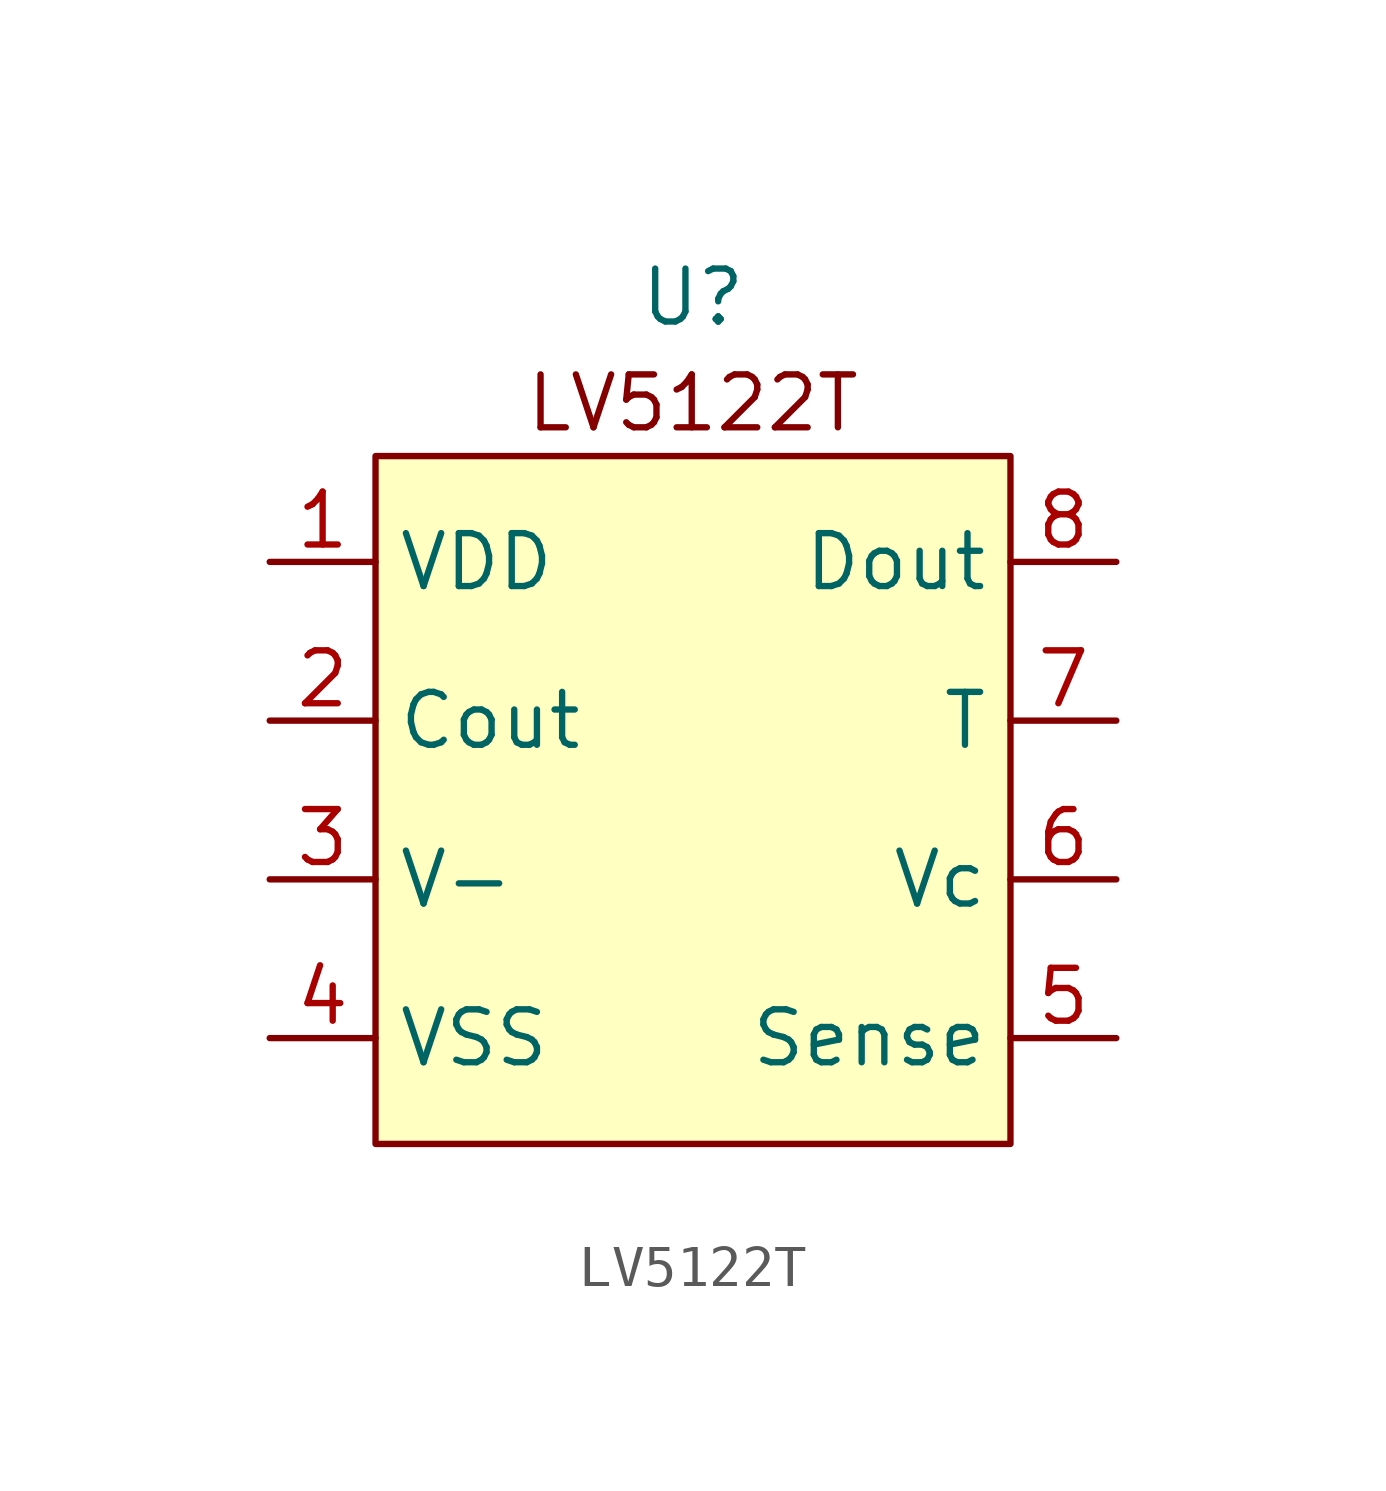
<source format=kicad_sym>
(kicad_symbol_lib
  (version 20220914)
  (generator kicad_symbol_editor)
  (symbol "LV5122T"
    (property "Reference" "U"
      (at 0 12.7 0)
      (effects (font (size 1.27 1.27))))
    (property "Value" ""
      (at 0 12.7 0)
      (effects (font (size 1.27 1.27))))
    (symbol "LV5122T_1_1"
      (rectangle (start -7.62 8.89) (end 7.62 -7.62) (stroke (width 0) (type default)) (fill (type background)))
      (text "LV5122T" (at 0 10.16 0) (effects (font (size 1.27 1.27))))
      (pin bidirectional line (at -10.16 6.35 0) (length 2.54) (name "VDD" (effects (font (size 1.27 1.27)))) (number "1" (effects (font (size 1.27 1.27)))))
      (pin bidirectional line (at -10.16 2.54 0) (length 2.54) (name "Cout" (effects (font (size 1.27 1.27)))) (number "2" (effects (font (size 1.27 1.27)))))
      (pin bidirectional line (at -10.16 -1.27 0) (length 2.54) (name "V-" (effects (font (size 1.27 1.27)))) (number "3" (effects (font (size 1.27 1.27)))))
      (pin bidirectional line (at -10.16 -5.08 0) (length 2.54) (name "VSS" (effects (font (size 1.27 1.27)))) (number "4" (effects (font (size 1.27 1.27)))))
      (pin bidirectional line (at 10.16 -5.08 180) (length 2.54) (name "Sense" (effects (font (size 1.27 1.27)))) (number "5" (effects (font (size 1.27 1.27)))))
      (pin bidirectional line (at 10.16 -1.27 180) (length 2.54) (name "Vc" (effects (font (size 1.27 1.27)))) (number "6" (effects (font (size 1.27 1.27)))))
      (pin bidirectional line (at 10.16 2.54 180) (length 2.54) (name "T" (effects (font (size 1.27 1.27)))) (number "7" (effects (font (size 1.27 1.27)))))
      (pin bidirectional line (at 10.16 6.35 180) (length 2.54) (name "Dout" (effects (font (size 1.27 1.27)))) (number "8" (effects (font (size 1.27 1.27))))))))
</source>
